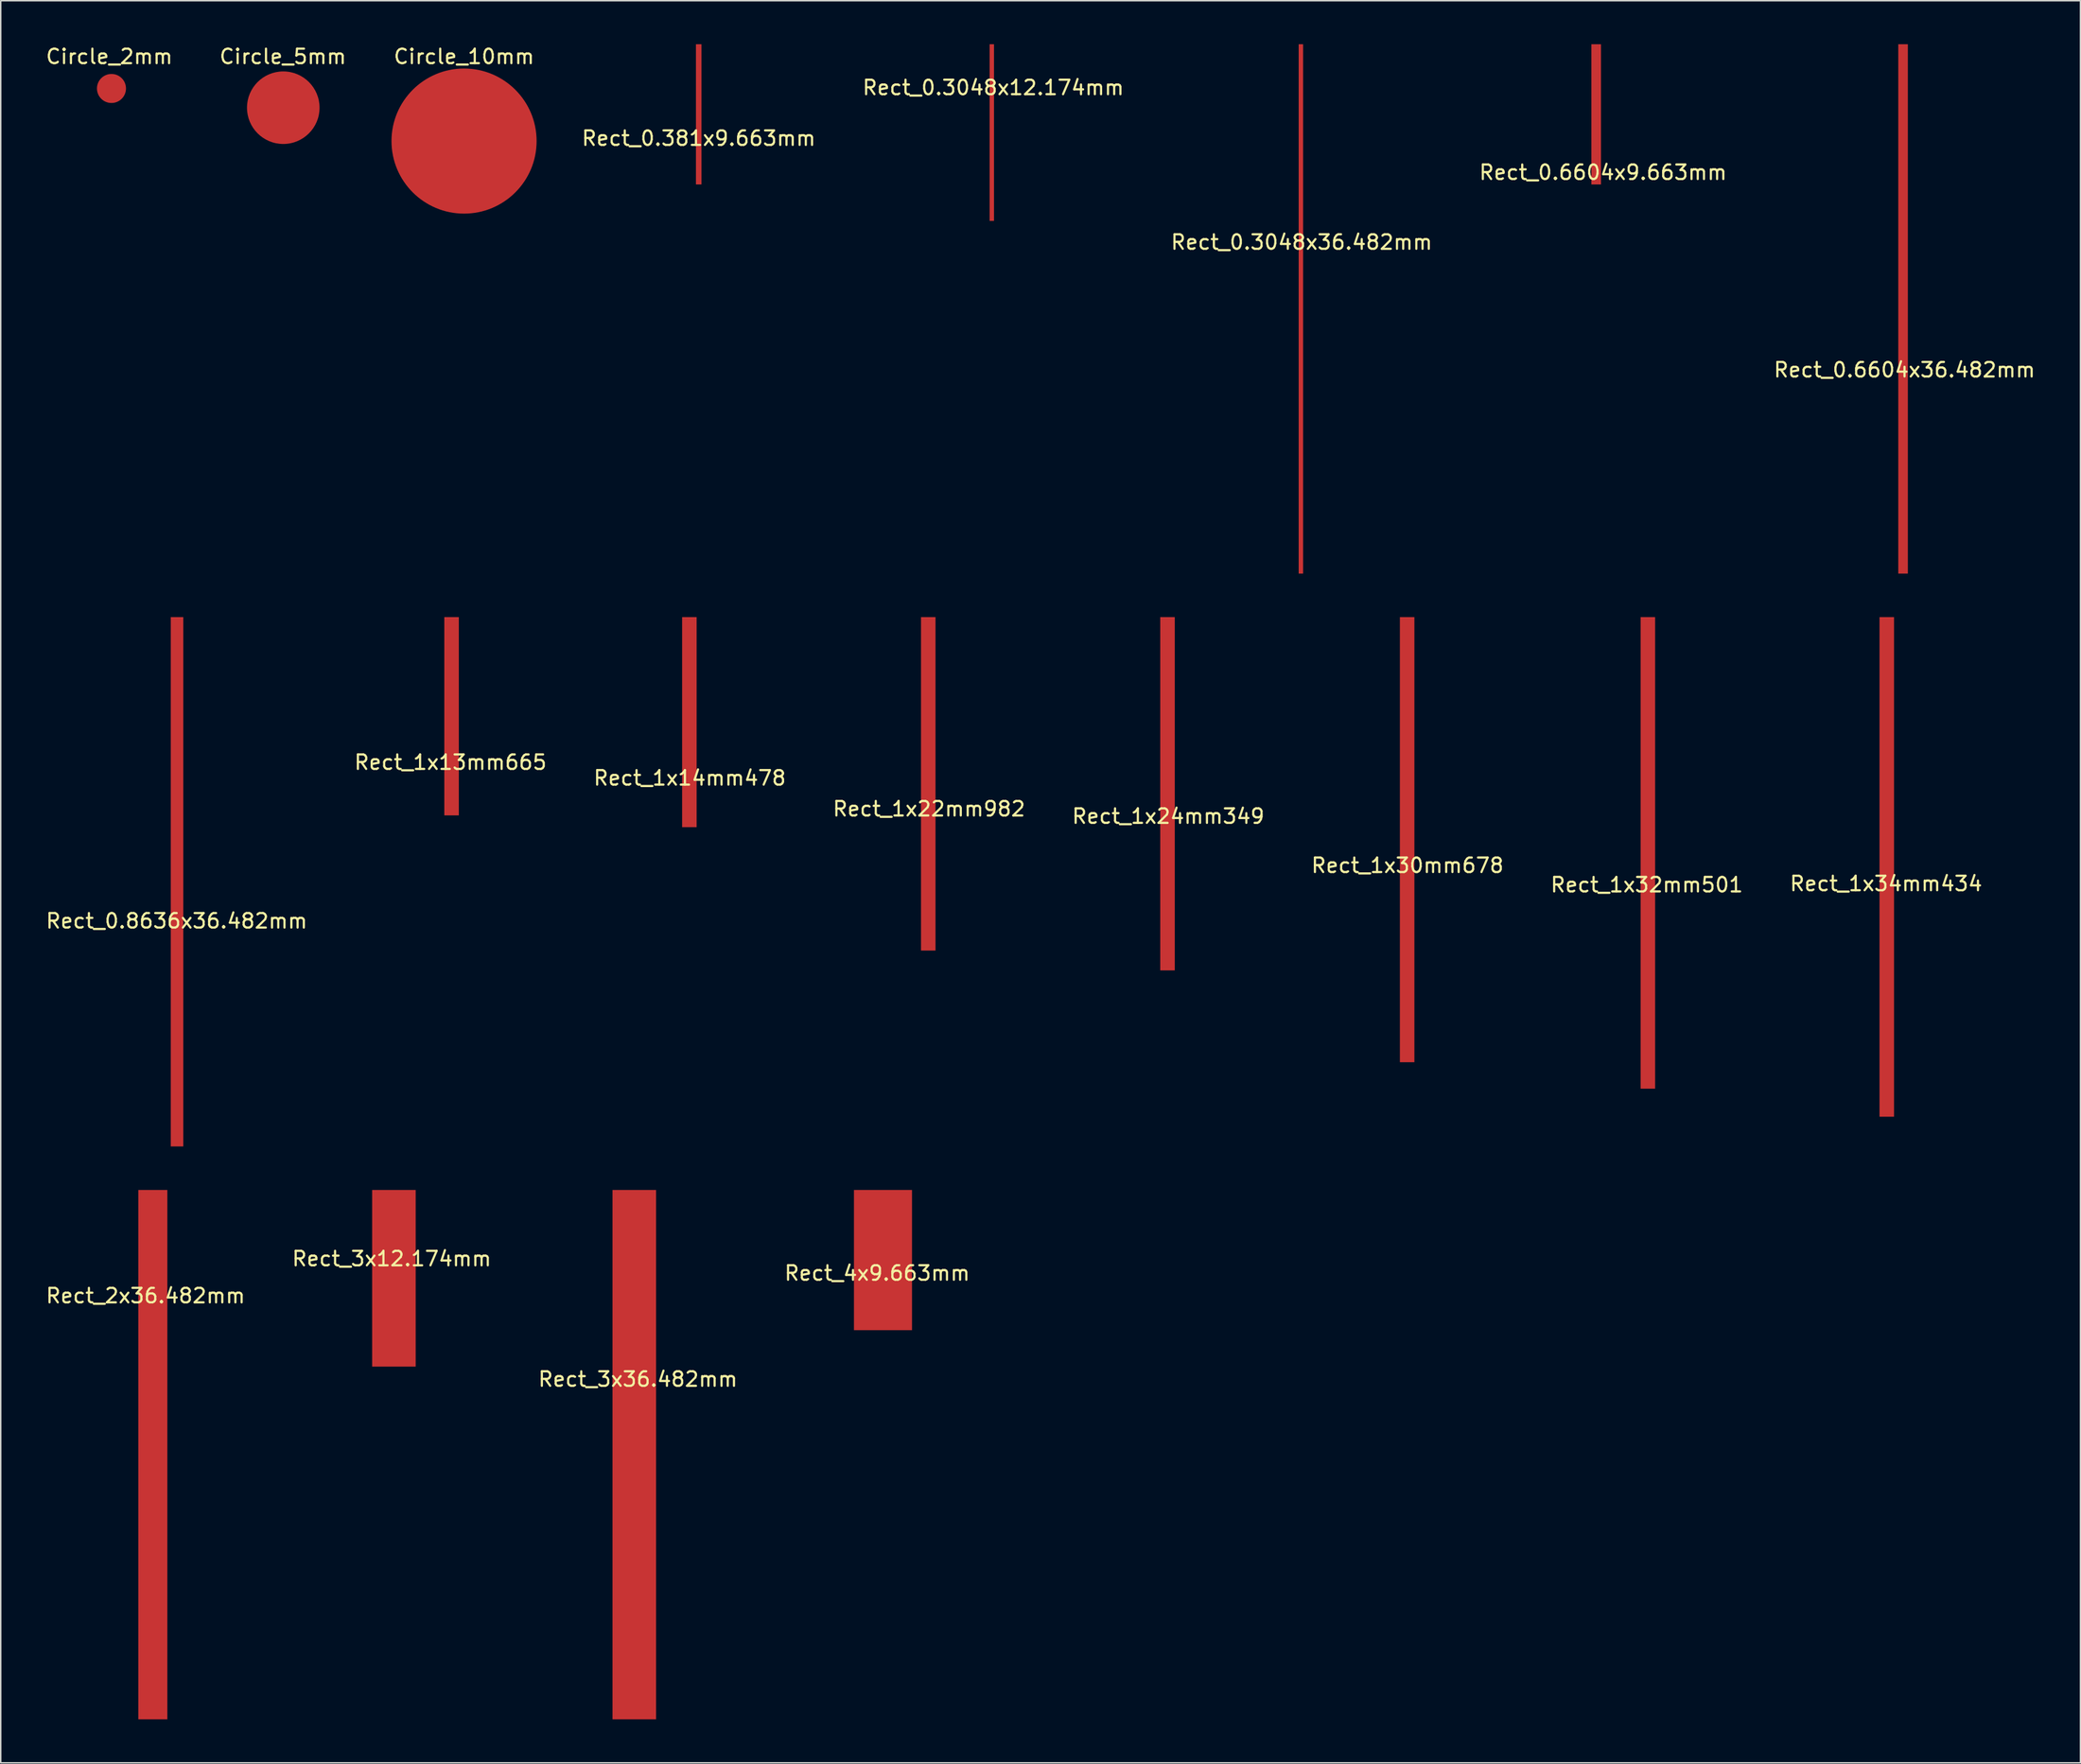
<source format=kicad_pcb>
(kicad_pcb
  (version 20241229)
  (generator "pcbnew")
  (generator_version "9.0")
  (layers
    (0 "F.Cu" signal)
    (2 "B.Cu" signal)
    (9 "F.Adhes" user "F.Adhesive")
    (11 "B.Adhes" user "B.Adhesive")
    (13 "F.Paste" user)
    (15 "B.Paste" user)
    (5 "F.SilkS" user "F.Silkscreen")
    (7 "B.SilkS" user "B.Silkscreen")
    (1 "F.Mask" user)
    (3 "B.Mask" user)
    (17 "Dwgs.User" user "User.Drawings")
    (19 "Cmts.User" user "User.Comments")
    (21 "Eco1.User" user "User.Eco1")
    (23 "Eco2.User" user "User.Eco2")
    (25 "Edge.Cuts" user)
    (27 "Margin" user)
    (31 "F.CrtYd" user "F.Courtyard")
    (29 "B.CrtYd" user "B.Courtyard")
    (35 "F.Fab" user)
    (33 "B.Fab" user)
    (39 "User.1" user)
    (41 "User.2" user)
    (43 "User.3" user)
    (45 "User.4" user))
  (footprint "Rect_0.8636x36.482mm"
    (layer "F.Cu")
    (at 9.125 59.923)
    (property "Reference" "Rect_0.8636x36.482mm" (at 0 0.5 0) (layer "F.SilkS") (effects (font (size 1 1) (thickness 0.15))))
    (attr through_hole)
    (pad "1" smd rect (at 0.025 -2.2) (size 0.864 36.482) (layers "F.Cu" "F.Mask" "F.Paste")))
  (footprint "Rect_1x24mm349"
    (layer "F.Cu")
    (at 77.458 52.706)
    (property "Reference" "Rect_1x24mm349" (at 0 0.5 0) (layer "F.SilkS") (effects (font (size 1 1) (thickness 0.15))))
    (attr through_hole)
    (pad "1" smd rect (at -0.05 -1.05) (size 1 24.349) (layers "F.Cu" "F.Mask" "F.Paste")))
  (footprint "Rect_1x22mm982"
    (layer "F.Cu")
    (at 60.97 52.198)
    (property "Reference" "Rect_1x22mm982" (at 0 0.5 0) (layer "F.SilkS") (effects (font (size 1 1) (thickness 0.15))))
    (attr through_hole)
    (pad "1" smd rect (at -0.05 -1.225) (size 1 22.982) (layers "F.Cu" "F.Mask" "F.Paste")))
  (footprint "Rect_1x30mm678"
    (layer "F.Cu")
    (at 93.946 56.096)
    (property "Reference" "Rect_1x30mm678" (at 0 0.5 0) (layer "F.SilkS") (effects (font (size 1 1) (thickness 0.15))))
    (attr through_hole)
    (pad "1" smd rect (at -0.025 -1.275) (size 1 30.678) (layers "F.Cu" "F.Mask" "F.Paste")))
  (footprint "Rect_2x36.482mm"
    (layer "F.Cu")
    (at 6.982 85.755)
    (property "Reference" "Rect_2x36.482mm" (at 0 0.5 0) (layer "F.SilkS") (effects (font (size 1 1) (thickness 0.15))))
    (attr through_hole)
    (pad "1" smd rect (at 0.5 11.45) (size 2 36.482) (layers "F.Cu" "F.Mask" "F.Paste")))
  (footprint "Rect_0.3048x12.174mm"
    (layer "F.Cu")
    (at 65.399 2.487)
    (property "Reference" "Rect_0.3048x12.174mm" (at 0 0.5 0) (layer "F.SilkS") (effects (font (size 1 1) (thickness 0.15))))
    (attr through_hole)
    (pad "1" smd rect (at -0.1 3.6) (size 0.305 12.174) (layers "F.Cu" "F.Mask" "F.Paste")))
  (footprint "Rect_1x34mm434"
    (layer "F.Cu")
    (at 126.923 57.349)
    (property "Reference" "Rect_1x34mm434" (at 0 0.5 0) (layer "F.SilkS") (effects (font (size 1 1) (thickness 0.15))))
    (attr through_hole)
    (pad "1" smd rect (at 0.05 -0.65) (size 1 34.434) (layers "F.Cu" "F.Mask" "F.Paste")))
  (footprint "Rect_4x9.663mm"
    (layer "F.Cu")
    (at 57.399 84.195)
    (property "Reference" "Rect_4x9.663mm" (at 0 0.5 0) (layer "F.SilkS") (effects (font (size 1 1) (thickness 0.15))))
    (attr through_hole)
    (pad "1" smd rect (at 0.4 -0.4) (size 4 9.663) (layers "F.Cu" "F.Mask" "F.Paste")))
  (footprint "Rect_1x32mm501"
    (layer "F.Cu")
    (at 110.435 57.432)
    (property "Reference" "Rect_1x32mm501" (at 0 0.5 0) (layer "F.SilkS") (effects (font (size 1 1) (thickness 0.15))))
    (attr through_hole)
    (pad "1" smd rect (at 0.075 -1.7) (size 1 32.501) (layers "F.Cu" "F.Mask" "F.Paste")))
  (footprint "Rect_0.6604x9.663mm"
    (layer "F.Cu")
    (at 107.423 8.332)
    (property "Reference" "Rect_0.6604x9.663mm" (at 0 0.5 0) (layer "F.SilkS") (effects (font (size 1 1) (thickness 0.15))))
    (attr through_hole)
    (pad "1" smd rect (at -0.475 -3.5) (size 0.66 9.663) (layers "F.Cu" "F.Mask" "F.Paste")))
  (footprint "Rect_0.3048x36.482mm"
    (layer "F.Cu")
    (at 86.649 13.141)
    (property "Reference" "Rect_0.3048x36.482mm" (at 0 0.5 0) (layer "F.SilkS") (effects (font (size 1 1) (thickness 0.15))))
    (attr through_hole)
    (pad "1" smd rect (at -0.05 5.1) (size 0.305 36.482) (layers "F.Cu" "F.Mask" "F.Paste")))
  (footprint "Circle_10mm"
    (layer "F.Cu")
    (at 28.929 0.348)
    (property "Reference" "Circle_10mm" (at 0 0.5 0) (layer "F.SilkS") (effects (font (size 1 1) (thickness 0.15))))
    (attr through_hole)
    (pad "1" smd circle (at 0 6.325) (size 10 10) (layers "F.Cu" "F.Mask" "F.Paste")))
  (footprint "Circle_5mm"
    (layer "F.Cu")
    (at 16.446 0.348)
    (property "Reference" "Circle_5mm" (at 0 0.5 0) (layer "F.SilkS") (effects (font (size 1 1) (thickness 0.15))))
    (attr through_hole)
    (pad "1" smd circle (at 0.025 4.025) (size 5 5) (layers "F.Cu" "F.Mask" "F.Paste")))
  (footprint "Circle_2mm"
    (layer "F.Cu")
    (at 4.482 0.348)
    (property "Reference" "Circle_2mm" (at 0 0.5 0) (layer "F.SilkS") (effects (font (size 1 1) (thickness 0.15))))
    (attr through_hole)
    (pad "1" smd circle (at 0.15 2.7) (size 2 2) (layers "F.Cu" "F.Mask" "F.Paste")))
  (footprint "Rect_3x12.174mm"
    (layer "F.Cu")
    (at 23.946 83.201)
    (property "Reference" "Rect_3x12.174mm" (at 0 0.5 0) (layer "F.SilkS") (effects (font (size 1 1) (thickness 0.15))))
    (attr through_hole)
    (pad "1" smd rect (at 0.15 1.85) (size 3 12.174) (layers "F.Cu" "F.Mask" "F.Paste")))
  (footprint "Rect_1x13mm665"
    (layer "F.Cu")
    (at 27.994 48.989)
    (property "Reference" "Rect_1x13mm665" (at 0 0.5 0) (layer "F.SilkS") (effects (font (size 1 1) (thickness 0.15))))
    (attr through_hole)
    (pad "1" smd rect (at 0.075 -2.675) (size 1 13.665) (layers "F.Cu" "F.Mask" "F.Paste")))
  (footprint "Rect_0.381x9.663mm"
    (layer "F.Cu")
    (at 45.101 5.981)
    (property "Reference" "Rect_0.381x9.663mm" (at 0 0.5 0) (layer "F.SilkS") (effects (font (size 1 1) (thickness 0.15))))
    (attr through_hole)
    (pad "1" smd rect (at 0 -1.15) (size 0.381 9.663) (layers "F.Cu" "F.Mask" "F.Paste")))
  (footprint "Rect_3x36.482mm"
    (layer "F.Cu")
    (at 40.911 91.505)
    (property "Reference" "Rect_3x36.482mm" (at 0 0.5 0) (layer "F.SilkS") (effects (font (size 1 1) (thickness 0.15))))
    (attr through_hole)
    (pad "1" smd rect (at -0.25 5.7) (size 3 36.482) (layers "F.Cu" "F.Mask" "F.Paste")))
  (footprint "Rect_0.6604x36.482mm"
    (layer "F.Cu")
    (at 128.196 21.941)
    (property "Reference" "Rect_0.6604x36.482mm" (at 0 0.5 0) (layer "F.SilkS") (effects (font (size 1 1) (thickness 0.15))))
    (attr through_hole)
    (pad "1" smd rect (at -0.1 -3.7) (size 0.66 36.482) (layers "F.Cu" "F.Mask" "F.Paste")))
  (footprint "Rect_1x14mm478"
    (layer "F.Cu")
    (at 44.482 50.071)
    (property "Reference" "Rect_1x14mm478" (at 0 0.5 0) (layer "F.SilkS") (effects (font (size 1 1) (thickness 0.15))))
    (attr through_hole)
    (pad "1" smd rect (at -0.025 -3.35) (size 1 14.478) (layers "F.Cu" "F.Mask" "F.Paste")))
  (gr_rect
    (start -3 -3)
    (end 140.321 118.446)
    (stroke (width 0.1) (type default))
    (fill no)
    (layer "Edge.Cuts")))
</source>
